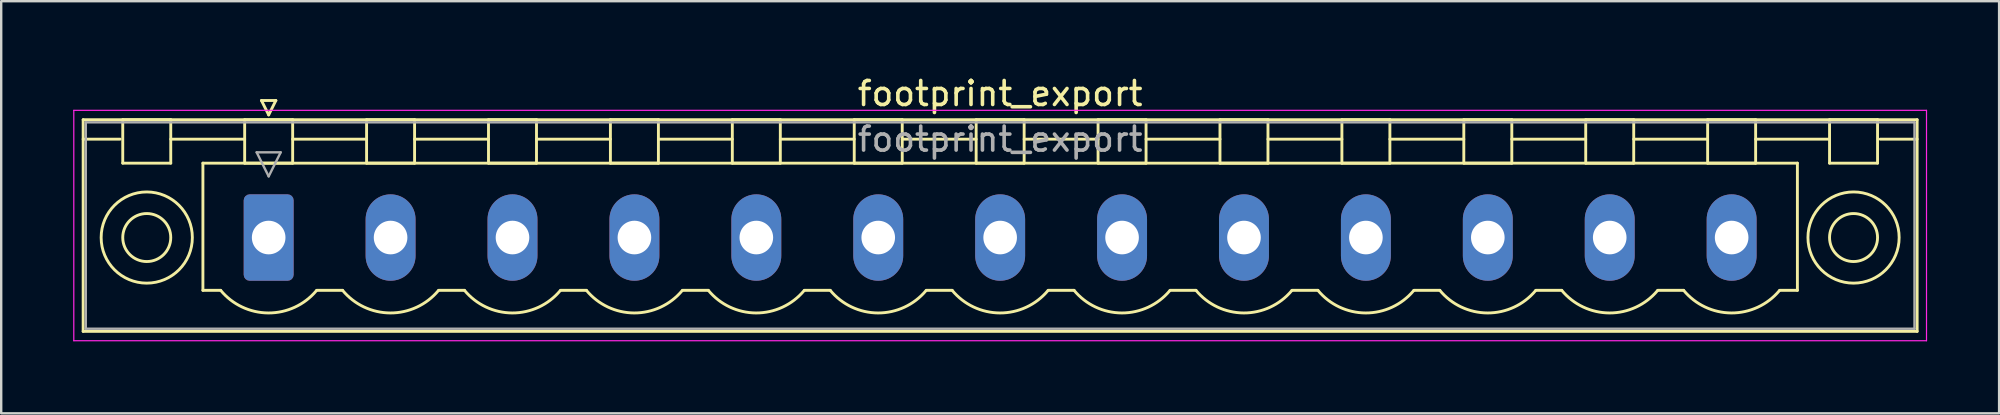
<source format=kicad_pcb>
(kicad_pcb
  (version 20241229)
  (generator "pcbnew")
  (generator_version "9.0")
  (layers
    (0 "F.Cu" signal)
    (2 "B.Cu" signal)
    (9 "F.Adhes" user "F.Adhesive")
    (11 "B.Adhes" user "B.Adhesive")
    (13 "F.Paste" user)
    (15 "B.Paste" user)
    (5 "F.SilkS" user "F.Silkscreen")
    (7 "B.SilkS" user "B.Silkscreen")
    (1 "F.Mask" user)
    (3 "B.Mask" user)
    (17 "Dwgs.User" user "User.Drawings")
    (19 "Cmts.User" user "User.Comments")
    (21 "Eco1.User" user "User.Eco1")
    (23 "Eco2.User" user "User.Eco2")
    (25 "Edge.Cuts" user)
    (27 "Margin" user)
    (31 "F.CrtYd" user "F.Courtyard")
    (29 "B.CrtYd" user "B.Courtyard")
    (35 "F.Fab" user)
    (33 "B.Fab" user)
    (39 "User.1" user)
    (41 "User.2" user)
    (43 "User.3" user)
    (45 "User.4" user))
  (footprint "footprint_export"
    (layer "F.Cu")
    (at 8.145 6.848)
    (property "Reference" "footprint_export" (at 30.48 -6 0) (layer "F.SilkS") (effects (font (size 1 1) (thickness 0.15))))
    (attr through_hole)
    (fp_line (start -7.73 -4.91) (end -7.73 3.91) (stroke (width 0.12) (type solid)) (layer "F.SilkS"))
    (fp_line (start -7.73 -4.1) (end -6.19 -4.1) (stroke (width 0.12) (type solid)) (layer "F.SilkS"))
    (fp_line (start -7.73 3.91) (end 68.69 3.91) (stroke (width 0.12) (type solid)) (layer "F.SilkS"))
    (fp_line (start -6.08 -4.91) (end -4.08 -4.91) (stroke (width 0.12) (type solid)) (layer "F.SilkS"))
    (fp_line (start -6.08 -3.1) (end -6.08 -4.91) (stroke (width 0.12) (type solid)) (layer "F.SilkS"))
    (fp_line (start -4.08 -4.91) (end -4.08 -3.1) (stroke (width 0.12) (type solid)) (layer "F.SilkS"))
    (fp_line (start -4.08 -4.1) (end -1 -4.1) (stroke (width 0.12) (type solid)) (layer "F.SilkS"))
    (fp_line (start -4.08 -3.1) (end -6.08 -3.1) (stroke (width 0.12) (type solid)) (layer "F.SilkS"))
    (fp_line (start -2.74 -3.1) (end 63.7 -3.1) (stroke (width 0.12) (type solid)) (layer "F.SilkS"))
    (fp_line (start -2.74 2.2) (end -2.74 -3.1) (stroke (width 0.12) (type solid)) (layer "F.SilkS"))
    (fp_line (start -2 2.2) (end -2.74 2.2) (stroke (width 0.12) (type solid)) (layer "F.SilkS"))
    (fp_line (start -1 -4.91) (end 1 -4.91) (stroke (width 0.12) (type solid)) (layer "F.SilkS"))
    (fp_line (start -1 -3.1) (end -1 -4.91) (stroke (width 0.12) (type solid)) (layer "F.SilkS"))
    (fp_line (start -0.3 -5.71) (end 0.3 -5.71) (stroke (width 0.12) (type solid)) (layer "F.SilkS"))
    (fp_line (start 0 -5.11) (end -0.3 -5.71) (stroke (width 0.12) (type solid)) (layer "F.SilkS"))
    (fp_line (start 0.3 -5.71) (end 0 -5.11) (stroke (width 0.12) (type solid)) (layer "F.SilkS"))
    (fp_line (start 1 -4.91) (end 1 -3.1) (stroke (width 0.12) (type solid)) (layer "F.SilkS"))
    (fp_line (start 1 -4.1) (end 4.08 -4.1) (stroke (width 0.12) (type solid)) (layer "F.SilkS"))
    (fp_line (start 1 -3.1) (end -1 -3.1) (stroke (width 0.12) (type solid)) (layer "F.SilkS"))
    (fp_line (start 2 2.2) (end 3.08 2.2) (stroke (width 0.12) (type solid)) (layer "F.SilkS"))
    (fp_line (start 4.08 -4.91) (end 6.08 -4.91) (stroke (width 0.12) (type solid)) (layer "F.SilkS"))
    (fp_line (start 4.08 -3.1) (end 4.08 -4.91) (stroke (width 0.12) (type solid)) (layer "F.SilkS"))
    (fp_line (start 6.08 -4.91) (end 6.08 -3.1) (stroke (width 0.12) (type solid)) (layer "F.SilkS"))
    (fp_line (start 6.08 -4.1) (end 9.16 -4.1) (stroke (width 0.12) (type solid)) (layer "F.SilkS"))
    (fp_line (start 6.08 -3.1) (end 4.08 -3.1) (stroke (width 0.12) (type solid)) (layer "F.SilkS"))
    (fp_line (start 7.08 2.2) (end 8.16 2.2) (stroke (width 0.12) (type solid)) (layer "F.SilkS"))
    (fp_line (start 9.16 -4.91) (end 11.16 -4.91) (stroke (width 0.12) (type solid)) (layer "F.SilkS"))
    (fp_line (start 9.16 -3.1) (end 9.16 -4.91) (stroke (width 0.12) (type solid)) (layer "F.SilkS"))
    (fp_line (start 11.16 -4.91) (end 11.16 -3.1) (stroke (width 0.12) (type solid)) (layer "F.SilkS"))
    (fp_line (start 11.16 -4.1) (end 14.24 -4.1) (stroke (width 0.12) (type solid)) (layer "F.SilkS"))
    (fp_line (start 11.16 -3.1) (end 9.16 -3.1) (stroke (width 0.12) (type solid)) (layer "F.SilkS"))
    (fp_line (start 12.16 2.2) (end 13.24 2.2) (stroke (width 0.12) (type solid)) (layer "F.SilkS"))
    (fp_line (start 14.24 -4.91) (end 16.24 -4.91) (stroke (width 0.12) (type solid)) (layer "F.SilkS"))
    (fp_line (start 14.24 -3.1) (end 14.24 -4.91) (stroke (width 0.12) (type solid)) (layer "F.SilkS"))
    (fp_line (start 16.24 -4.91) (end 16.24 -3.1) (stroke (width 0.12) (type solid)) (layer "F.SilkS"))
    (fp_line (start 16.24 -4.1) (end 19.32 -4.1) (stroke (width 0.12) (type solid)) (layer "F.SilkS"))
    (fp_line (start 16.24 -3.1) (end 14.24 -3.1) (stroke (width 0.12) (type solid)) (layer "F.SilkS"))
    (fp_line (start 17.24 2.2) (end 18.32 2.2) (stroke (width 0.12) (type solid)) (layer "F.SilkS"))
    (fp_line (start 19.32 -4.91) (end 21.32 -4.91) (stroke (width 0.12) (type solid)) (layer "F.SilkS"))
    (fp_line (start 19.32 -3.1) (end 19.32 -4.91) (stroke (width 0.12) (type solid)) (layer "F.SilkS"))
    (fp_line (start 21.32 -4.91) (end 21.32 -3.1) (stroke (width 0.12) (type solid)) (layer "F.SilkS"))
    (fp_line (start 21.32 -4.1) (end 24.4 -4.1) (stroke (width 0.12) (type solid)) (layer "F.SilkS"))
    (fp_line (start 21.32 -3.1) (end 19.32 -3.1) (stroke (width 0.12) (type solid)) (layer "F.SilkS"))
    (fp_line (start 22.32 2.2) (end 23.4 2.2) (stroke (width 0.12) (type solid)) (layer "F.SilkS"))
    (fp_line (start 24.4 -4.91) (end 26.4 -4.91) (stroke (width 0.12) (type solid)) (layer "F.SilkS"))
    (fp_line (start 24.4 -3.1) (end 24.4 -4.91) (stroke (width 0.12) (type solid)) (layer "F.SilkS"))
    (fp_line (start 26.4 -4.91) (end 26.4 -3.1) (stroke (width 0.12) (type solid)) (layer "F.SilkS"))
    (fp_line (start 26.4 -4.1) (end 29.48 -4.1) (stroke (width 0.12) (type solid)) (layer "F.SilkS"))
    (fp_line (start 26.4 -3.1) (end 24.4 -3.1) (stroke (width 0.12) (type solid)) (layer "F.SilkS"))
    (fp_line (start 27.4 2.2) (end 28.48 2.2) (stroke (width 0.12) (type solid)) (layer "F.SilkS"))
    (fp_line (start 29.48 -4.91) (end 31.48 -4.91) (stroke (width 0.12) (type solid)) (layer "F.SilkS"))
    (fp_line (start 29.48 -3.1) (end 29.48 -4.91) (stroke (width 0.12) (type solid)) (layer "F.SilkS"))
    (fp_line (start 31.48 -4.91) (end 31.48 -3.1) (stroke (width 0.12) (type solid)) (layer "F.SilkS"))
    (fp_line (start 31.48 -4.1) (end 34.56 -4.1) (stroke (width 0.12) (type solid)) (layer "F.SilkS"))
    (fp_line (start 31.48 -3.1) (end 29.48 -3.1) (stroke (width 0.12) (type solid)) (layer "F.SilkS"))
    (fp_line (start 32.48 2.2) (end 33.56 2.2) (stroke (width 0.12) (type solid)) (layer "F.SilkS"))
    (fp_line (start 34.56 -4.91) (end 36.56 -4.91) (stroke (width 0.12) (type solid)) (layer "F.SilkS"))
    (fp_line (start 34.56 -3.1) (end 34.56 -4.91) (stroke (width 0.12) (type solid)) (layer "F.SilkS"))
    (fp_line (start 36.56 -4.91) (end 36.56 -3.1) (stroke (width 0.12) (type solid)) (layer "F.SilkS"))
    (fp_line (start 36.56 -4.1) (end 39.64 -4.1) (stroke (width 0.12) (type solid)) (layer "F.SilkS"))
    (fp_line (start 36.56 -3.1) (end 34.56 -3.1) (stroke (width 0.12) (type solid)) (layer "F.SilkS"))
    (fp_line (start 37.56 2.2) (end 38.64 2.2) (stroke (width 0.12) (type solid)) (layer "F.SilkS"))
    (fp_line (start 39.64 -4.91) (end 41.64 -4.91) (stroke (width 0.12) (type solid)) (layer "F.SilkS"))
    (fp_line (start 39.64 -3.1) (end 39.64 -4.91) (stroke (width 0.12) (type solid)) (layer "F.SilkS"))
    (fp_line (start 41.64 -4.91) (end 41.64 -3.1) (stroke (width 0.12) (type solid)) (layer "F.SilkS"))
    (fp_line (start 41.64 -4.1) (end 44.72 -4.1) (stroke (width 0.12) (type solid)) (layer "F.SilkS"))
    (fp_line (start 41.64 -3.1) (end 39.64 -3.1) (stroke (width 0.12) (type solid)) (layer "F.SilkS"))
    (fp_line (start 42.64 2.2) (end 43.72 2.2) (stroke (width 0.12) (type solid)) (layer "F.SilkS"))
    (fp_line (start 44.72 -4.91) (end 46.72 -4.91) (stroke (width 0.12) (type solid)) (layer "F.SilkS"))
    (fp_line (start 44.72 -3.1) (end 44.72 -4.91) (stroke (width 0.12) (type solid)) (layer "F.SilkS"))
    (fp_line (start 46.72 -4.91) (end 46.72 -3.1) (stroke (width 0.12) (type solid)) (layer "F.SilkS"))
    (fp_line (start 46.72 -4.1) (end 49.8 -4.1) (stroke (width 0.12) (type solid)) (layer "F.SilkS"))
    (fp_line (start 46.72 -3.1) (end 44.72 -3.1) (stroke (width 0.12) (type solid)) (layer "F.SilkS"))
    (fp_line (start 47.72 2.2) (end 48.8 2.2) (stroke (width 0.12) (type solid)) (layer "F.SilkS"))
    (fp_line (start 49.8 -4.91) (end 51.8 -4.91) (stroke (width 0.12) (type solid)) (layer "F.SilkS"))
    (fp_line (start 49.8 -3.1) (end 49.8 -4.91) (stroke (width 0.12) (type solid)) (layer "F.SilkS"))
    (fp_line (start 51.8 -4.91) (end 51.8 -3.1) (stroke (width 0.12) (type solid)) (layer "F.SilkS"))
    (fp_line (start 51.8 -4.1) (end 54.88 -4.1) (stroke (width 0.12) (type solid)) (layer "F.SilkS"))
    (fp_line (start 51.8 -3.1) (end 49.8 -3.1) (stroke (width 0.12) (type solid)) (layer "F.SilkS"))
    (fp_line (start 52.8 2.2) (end 53.88 2.2) (stroke (width 0.12) (type solid)) (layer "F.SilkS"))
    (fp_line (start 54.88 -4.91) (end 56.88 -4.91) (stroke (width 0.12) (type solid)) (layer "F.SilkS"))
    (fp_line (start 54.88 -3.1) (end 54.88 -4.91) (stroke (width 0.12) (type solid)) (layer "F.SilkS"))
    (fp_line (start 56.88 -4.91) (end 56.88 -3.1) (stroke (width 0.12) (type solid)) (layer "F.SilkS"))
    (fp_line (start 56.88 -4.1) (end 59.96 -4.1) (stroke (width 0.12) (type solid)) (layer "F.SilkS"))
    (fp_line (start 56.88 -3.1) (end 54.88 -3.1) (stroke (width 0.12) (type solid)) (layer "F.SilkS"))
    (fp_line (start 57.88 2.2) (end 58.96 2.2) (stroke (width 0.12) (type solid)) (layer "F.SilkS"))
    (fp_line (start 59.96 -4.91) (end 61.96 -4.91) (stroke (width 0.12) (type solid)) (layer "F.SilkS"))
    (fp_line (start 59.96 -3.1) (end 59.96 -4.91) (stroke (width 0.12) (type solid)) (layer "F.SilkS"))
    (fp_line (start 61.96 -4.91) (end 61.96 -3.1) (stroke (width 0.12) (type solid)) (layer "F.SilkS"))
    (fp_line (start 61.96 -4.1) (end 65.04 -4.1) (stroke (width 0.12) (type solid)) (layer "F.SilkS"))
    (fp_line (start 61.96 -3.1) (end 59.96 -3.1) (stroke (width 0.12) (type solid)) (layer "F.SilkS"))
    (fp_line (start 63.7 -3.1) (end 63.7 2.2) (stroke (width 0.12) (type solid)) (layer "F.SilkS"))
    (fp_line (start 63.7 2.2) (end 62.96 2.2) (stroke (width 0.12) (type solid)) (layer "F.SilkS"))
    (fp_line (start 65.04 -4.91) (end 67.04 -4.91) (stroke (width 0.12) (type solid)) (layer "F.SilkS"))
    (fp_line (start 65.04 -3.1) (end 65.04 -4.91) (stroke (width 0.12) (type solid)) (layer "F.SilkS"))
    (fp_line (start 67.04 -4.91) (end 67.04 -3.1) (stroke (width 0.12) (type solid)) (layer "F.SilkS"))
    (fp_line (start 67.04 -3.1) (end 65.04 -3.1) (stroke (width 0.12) (type solid)) (layer "F.SilkS"))
    (fp_line (start 68.69 -4.91) (end -7.73 -4.91) (stroke (width 0.12) (type solid)) (layer "F.SilkS"))
    (fp_line (start 68.69 -4.1) (end 67.15 -4.1) (stroke (width 0.12) (type solid)) (layer "F.SilkS"))
    (fp_line (start 68.69 3.91) (end 68.69 -4.91) (stroke (width 0.12) (type solid)) (layer "F.SilkS"))
    (fp_arc (start 1.986842 2.215821) (mid -0.010289 3.142758) (end -2 2.2) (stroke (width 0.12) (type solid)) (layer "F.SilkS"))
    (fp_arc (start 7.066842 2.215821) (mid 5.069711 3.142758) (end 3.08 2.2) (stroke (width 0.12) (type solid)) (layer "F.SilkS"))
    (fp_arc (start 12.146842 2.215821) (mid 10.149711 3.142758) (end 8.16 2.2) (stroke (width 0.12) (type solid)) (layer "F.SilkS"))
    (fp_arc (start 17.226842 2.215821) (mid 15.229711 3.142758) (end 13.24 2.2) (stroke (width 0.12) (type solid)) (layer "F.SilkS"))
    (fp_arc (start 22.306842 2.215821) (mid 20.309711 3.142758) (end 18.32 2.2) (stroke (width 0.12) (type solid)) (layer "F.SilkS"))
    (fp_arc (start 27.386842 2.215821) (mid 25.389711 3.142758) (end 23.4 2.2) (stroke (width 0.12) (type solid)) (layer "F.SilkS"))
    (fp_arc (start 32.466842 2.215821) (mid 30.469711 3.142758) (end 28.48 2.2) (stroke (width 0.12) (type solid)) (layer "F.SilkS"))
    (fp_arc (start 37.546842 2.215821) (mid 35.549711 3.142758) (end 33.56 2.2) (stroke (width 0.12) (type solid)) (layer "F.SilkS"))
    (fp_arc (start 42.626842 2.215821) (mid 40.629711 3.142758) (end 38.64 2.2) (stroke (width 0.12) (type solid)) (layer "F.SilkS"))
    (fp_arc (start 47.706842 2.215821) (mid 45.709711 3.142758) (end 43.72 2.2) (stroke (width 0.12) (type solid)) (layer "F.SilkS"))
    (fp_arc (start 52.786842 2.215821) (mid 50.789711 3.142758) (end 48.8 2.2) (stroke (width 0.12) (type solid)) (layer "F.SilkS"))
    (fp_arc (start 57.866842 2.215821) (mid 55.869711 3.142758) (end 53.88 2.2) (stroke (width 0.12) (type solid)) (layer "F.SilkS"))
    (fp_arc (start 62.946842 2.215821) (mid 60.949711 3.142758) (end 58.96 2.2) (stroke (width 0.12) (type solid)) (layer "F.SilkS"))
    (fp_circle (center -5.08 0) (end -4.08 0) (stroke (width 0.12) (type solid)) (fill no) (layer "F.SilkS"))
    (fp_circle (center -5.08 0) (end -3.18 0) (stroke (width 0.12) (type solid)) (fill no) (layer "F.SilkS"))
    (fp_circle (center 66.04 0) (end 67.04 0) (stroke (width 0.12) (type solid)) (fill no) (layer "F.SilkS"))
    (fp_circle (center 66.04 0) (end 67.94 0) (stroke (width 0.12) (type solid)) (fill no) (layer "F.SilkS"))
    (fp_line (start -8.12 -5.3) (end -8.12 4.3) (stroke (width 0.05) (type solid)) (layer "F.CrtYd"))
    (fp_line (start -8.12 4.3) (end 69.08 4.3) (stroke (width 0.05) (type solid)) (layer "F.CrtYd"))
    (fp_line (start 69.08 -5.3) (end -8.12 -5.3) (stroke (width 0.05) (type solid)) (layer "F.CrtYd"))
    (fp_line (start 69.08 4.3) (end 69.08 -5.3) (stroke (width 0.05) (type solid)) (layer "F.CrtYd"))
    (fp_line (start -7.62 -4.8) (end -7.62 3.8) (stroke (width 0.1) (type solid)) (layer "F.Fab"))
    (fp_line (start -7.62 3.8) (end 68.58 3.8) (stroke (width 0.1) (type solid)) (layer "F.Fab"))
    (fp_line (start -0.5 -3.55) (end 0.5 -3.55) (stroke (width 0.1) (type solid)) (layer "F.Fab"))
    (fp_line (start 0 -2.55) (end -0.5 -3.55) (stroke (width 0.1) (type solid)) (layer "F.Fab"))
    (fp_line (start 0.5 -3.55) (end 0 -2.55) (stroke (width 0.1) (type solid)) (layer "F.Fab"))
    (fp_line (start 68.58 -4.8) (end -7.62 -4.8) (stroke (width 0.1) (type solid)) (layer "F.Fab"))
    (fp_line (start 68.58 3.8) (end 68.58 -4.8) (stroke (width 0.1) (type solid)) (layer "F.Fab"))
    (fp_text user "${REFERENCE}" (at 30.48 -4.1 0) (layer "F.Fab") (effects (font (size 1 1) (thickness 0.15))))
    (pad "1" thru_hole roundrect (at 0 0) (size 2.08 3.6) (drill 1.4) (layers "*.Cu" "*.Mask") (roundrect_rratio 0.12))
    (pad "2" thru_hole oval (at 5.08 0) (size 2.08 3.6) (drill 1.4) (layers "*.Cu" "*.Mask"))
    (pad "3" thru_hole oval (at 10.16 0) (size 2.08 3.6) (drill 1.4) (layers "*.Cu" "*.Mask"))
    (pad "4" thru_hole oval (at 15.24 0) (size 2.08 3.6) (drill 1.4) (layers "*.Cu" "*.Mask"))
    (pad "5" thru_hole oval (at 20.32 0) (size 2.08 3.6) (drill 1.4) (layers "*.Cu" "*.Mask"))
    (pad "6" thru_hole oval (at 25.4 0) (size 2.08 3.6) (drill 1.4) (layers "*.Cu" "*.Mask"))
    (pad "7" thru_hole oval (at 30.48 0) (size 2.08 3.6) (drill 1.4) (layers "*.Cu" "*.Mask"))
    (pad "8" thru_hole oval (at 35.56 0) (size 2.08 3.6) (drill 1.4) (layers "*.Cu" "*.Mask"))
    (pad "9" thru_hole oval (at 40.64 0) (size 2.08 3.6) (drill 1.4) (layers "*.Cu" "*.Mask"))
    (pad "10" thru_hole oval (at 45.72 0) (size 2.08 3.6) (drill 1.4) (layers "*.Cu" "*.Mask"))
    (pad "11" thru_hole oval (at 50.8 0) (size 2.08 3.6) (drill 1.4) (layers "*.Cu" "*.Mask"))
    (pad "12" thru_hole oval (at 55.88 0) (size 2.08 3.6) (drill 1.4) (layers "*.Cu" "*.Mask"))
    (pad "13" thru_hole oval (at 60.96 0) (size 2.08 3.6) (drill 1.4) (layers "*.Cu" "*.Mask")))
  (gr_rect
    (start -3 -3)
    (end 80.25 14.173)
    (stroke (width 0.1) (type default))
    (fill no)
    (layer "Edge.Cuts")))
</source>
